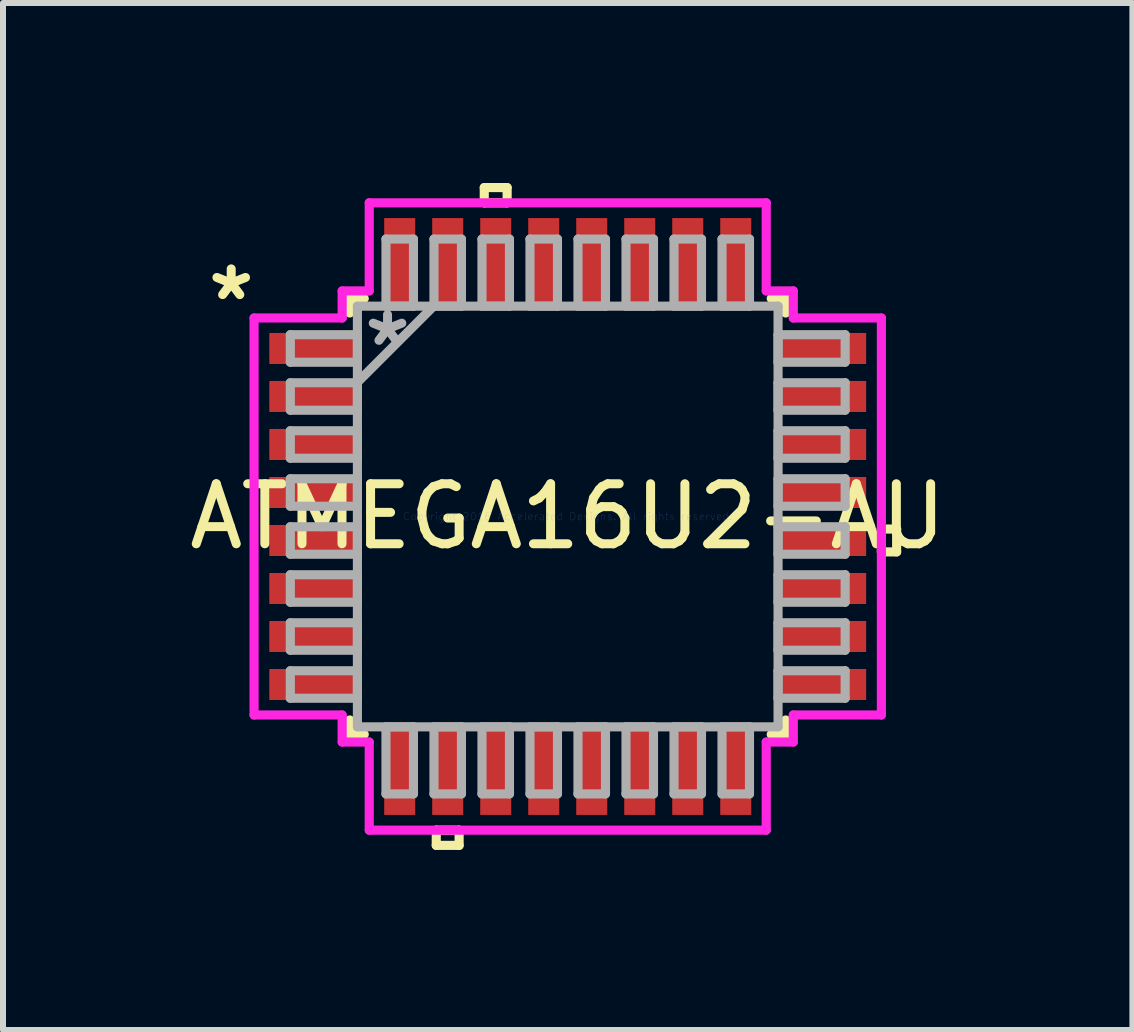
<source format=kicad_pcb>
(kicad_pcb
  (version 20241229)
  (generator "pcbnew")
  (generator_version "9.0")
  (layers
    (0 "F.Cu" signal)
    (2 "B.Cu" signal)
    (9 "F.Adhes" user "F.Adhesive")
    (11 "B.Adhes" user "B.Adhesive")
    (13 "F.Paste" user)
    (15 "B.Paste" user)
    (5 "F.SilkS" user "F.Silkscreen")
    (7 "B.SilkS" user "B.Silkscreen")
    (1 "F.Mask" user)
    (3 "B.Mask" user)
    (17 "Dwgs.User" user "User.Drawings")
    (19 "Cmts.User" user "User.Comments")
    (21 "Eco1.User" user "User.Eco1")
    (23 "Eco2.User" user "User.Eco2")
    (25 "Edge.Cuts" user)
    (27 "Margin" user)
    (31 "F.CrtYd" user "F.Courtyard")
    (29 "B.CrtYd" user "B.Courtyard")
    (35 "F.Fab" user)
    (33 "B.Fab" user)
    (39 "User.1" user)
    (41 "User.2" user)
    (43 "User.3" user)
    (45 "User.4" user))
  (footprint "ATMEGA16U2-AU"
    (layer "F.Cu")
    (at 6.411 5.557)
    (property "Reference" "ATMEGA16U2-AU" (at 0 0 0) (layer "F.SilkS") (effects (font (size 1 1) (thickness 0.15))))
    (attr through_hole)
    (fp_line (start -3.632 -3.632) (end -3.632 -3.391) (stroke (width 0.152) (type solid)) (layer "F.SilkS"))
    (fp_line (start -3.632 3.391) (end -3.632 3.632) (stroke (width 0.152) (type solid)) (layer "F.SilkS"))
    (fp_line (start -3.632 3.632) (end -3.391 3.632) (stroke (width 0.152) (type solid)) (layer "F.SilkS"))
    (fp_line (start -3.391 -3.632) (end -3.632 -3.632) (stroke (width 0.152) (type solid)) (layer "F.SilkS"))
    (fp_line (start -2.191 5.227) (end -2.191 5.481) (stroke (width 0.152) (type solid)) (layer "F.SilkS"))
    (fp_line (start -2.191 5.481) (end -1.81 5.481) (stroke (width 0.152) (type solid)) (layer "F.SilkS"))
    (fp_line (start -1.81 5.227) (end -2.191 5.227) (stroke (width 0.152) (type solid)) (layer "F.SilkS"))
    (fp_line (start -1.81 5.481) (end -1.81 5.227) (stroke (width 0.152) (type solid)) (layer "F.SilkS"))
    (fp_line (start -1.391 -5.481) (end -1.01 -5.481) (stroke (width 0.152) (type solid)) (layer "F.SilkS"))
    (fp_line (start -1.391 -5.227) (end -1.391 -5.481) (stroke (width 0.152) (type solid)) (layer "F.SilkS"))
    (fp_line (start -1.01 -5.481) (end -1.01 -5.227) (stroke (width 0.152) (type solid)) (layer "F.SilkS"))
    (fp_line (start -1.01 -5.227) (end -1.391 -5.227) (stroke (width 0.152) (type solid)) (layer "F.SilkS"))
    (fp_line (start 3.391 3.632) (end 3.632 3.632) (stroke (width 0.152) (type solid)) (layer "F.SilkS"))
    (fp_line (start 3.632 -3.632) (end 3.391 -3.632) (stroke (width 0.152) (type solid)) (layer "F.SilkS"))
    (fp_line (start 3.632 -3.391) (end 3.632 -3.632) (stroke (width 0.152) (type solid)) (layer "F.SilkS"))
    (fp_line (start 3.632 3.632) (end 3.632 3.391) (stroke (width 0.152) (type solid)) (layer "F.SilkS"))
    (fp_line (start 5.227 0.209) (end 5.481 0.209) (stroke (width 0.152) (type solid)) (layer "F.SilkS"))
    (fp_line (start 5.227 0.59) (end 5.227 0.209) (stroke (width 0.152) (type solid)) (layer "F.SilkS"))
    (fp_line (start 5.481 0.209) (end 5.481 0.59) (stroke (width 0.152) (type solid)) (layer "F.SilkS"))
    (fp_line (start 5.481 0.59) (end 5.227 0.59) (stroke (width 0.152) (type solid)) (layer "F.SilkS"))
    (fp_line (start -5.227 -3.308) (end -3.759 -3.308) (stroke (width 0.152) (type solid)) (layer "F.CrtYd"))
    (fp_line (start -5.227 3.308) (end -5.227 -3.308) (stroke (width 0.152) (type solid)) (layer "F.CrtYd"))
    (fp_line (start -3.759 -3.759) (end -3.308 -3.759) (stroke (width 0.152) (type solid)) (layer "F.CrtYd"))
    (fp_line (start -3.759 -3.308) (end -3.759 -3.759) (stroke (width 0.152) (type solid)) (layer "F.CrtYd"))
    (fp_line (start -3.759 3.308) (end -5.227 3.308) (stroke (width 0.152) (type solid)) (layer "F.CrtYd"))
    (fp_line (start -3.759 3.759) (end -3.759 3.308) (stroke (width 0.152) (type solid)) (layer "F.CrtYd"))
    (fp_line (start -3.308 -5.227) (end 3.308 -5.227) (stroke (width 0.152) (type solid)) (layer "F.CrtYd"))
    (fp_line (start -3.308 -3.759) (end -3.308 -5.227) (stroke (width 0.152) (type solid)) (layer "F.CrtYd"))
    (fp_line (start -3.308 3.759) (end -3.759 3.759) (stroke (width 0.152) (type solid)) (layer "F.CrtYd"))
    (fp_line (start -3.308 5.227) (end -3.308 3.759) (stroke (width 0.152) (type solid)) (layer "F.CrtYd"))
    (fp_line (start 3.308 -5.227) (end 3.308 -3.759) (stroke (width 0.152) (type solid)) (layer "F.CrtYd"))
    (fp_line (start 3.308 -3.759) (end 3.759 -3.759) (stroke (width 0.152) (type solid)) (layer "F.CrtYd"))
    (fp_line (start 3.308 3.759) (end 3.308 5.227) (stroke (width 0.152) (type solid)) (layer "F.CrtYd"))
    (fp_line (start 3.308 5.227) (end -3.308 5.227) (stroke (width 0.152) (type solid)) (layer "F.CrtYd"))
    (fp_line (start 3.759 -3.759) (end 3.759 -3.308) (stroke (width 0.152) (type solid)) (layer "F.CrtYd"))
    (fp_line (start 3.759 -3.308) (end 5.227 -3.308) (stroke (width 0.152) (type solid)) (layer "F.CrtYd"))
    (fp_line (start 3.759 3.308) (end 3.759 3.759) (stroke (width 0.152) (type solid)) (layer "F.CrtYd"))
    (fp_line (start 3.759 3.759) (end 3.308 3.759) (stroke (width 0.152) (type solid)) (layer "F.CrtYd"))
    (fp_line (start 5.227 -3.308) (end 5.227 3.308) (stroke (width 0.152) (type solid)) (layer "F.CrtYd"))
    (fp_line (start 5.227 3.308) (end 3.759 3.308) (stroke (width 0.152) (type solid)) (layer "F.CrtYd"))
    (fp_line (start -4.623 -3.029) (end -4.623 -2.571) (stroke (width 0.152) (type solid)) (layer "F.Fab"))
    (fp_line (start -4.623 -2.571) (end -3.505 -2.571) (stroke (width 0.152) (type solid)) (layer "F.Fab"))
    (fp_line (start -4.623 -2.229) (end -4.623 -1.771) (stroke (width 0.152) (type solid)) (layer "F.Fab"))
    (fp_line (start -4.623 -1.771) (end -3.505 -1.771) (stroke (width 0.152) (type solid)) (layer "F.Fab"))
    (fp_line (start -4.623 -1.429) (end -4.623 -0.971) (stroke (width 0.152) (type solid)) (layer "F.Fab"))
    (fp_line (start -4.623 -0.971) (end -3.505 -0.971) (stroke (width 0.152) (type solid)) (layer "F.Fab"))
    (fp_line (start -4.623 -0.629) (end -4.623 -0.171) (stroke (width 0.152) (type solid)) (layer "F.Fab"))
    (fp_line (start -4.623 -0.171) (end -3.505 -0.171) (stroke (width 0.152) (type solid)) (layer "F.Fab"))
    (fp_line (start -4.623 0.171) (end -4.623 0.629) (stroke (width 0.152) (type solid)) (layer "F.Fab"))
    (fp_line (start -4.623 0.629) (end -3.505 0.629) (stroke (width 0.152) (type solid)) (layer "F.Fab"))
    (fp_line (start -4.623 0.971) (end -4.623 1.429) (stroke (width 0.152) (type solid)) (layer "F.Fab"))
    (fp_line (start -4.623 1.429) (end -3.505 1.429) (stroke (width 0.152) (type solid)) (layer "F.Fab"))
    (fp_line (start -4.623 1.771) (end -4.623 2.229) (stroke (width 0.152) (type solid)) (layer "F.Fab"))
    (fp_line (start -4.623 2.229) (end -3.505 2.229) (stroke (width 0.152) (type solid)) (layer "F.Fab"))
    (fp_line (start -4.623 2.571) (end -4.623 3.029) (stroke (width 0.152) (type solid)) (layer "F.Fab"))
    (fp_line (start -4.623 3.029) (end -3.505 3.029) (stroke (width 0.152) (type solid)) (layer "F.Fab"))
    (fp_line (start -3.505 -3.505) (end -3.505 3.505) (stroke (width 0.152) (type solid)) (layer "F.Fab"))
    (fp_line (start -3.505 -3.029) (end -4.623 -3.029) (stroke (width 0.152) (type solid)) (layer "F.Fab"))
    (fp_line (start -3.505 -2.571) (end -3.505 -3.029) (stroke (width 0.152) (type solid)) (layer "F.Fab"))
    (fp_line (start -3.505 -2.235) (end -2.235 -3.505) (stroke (width 0.152) (type solid)) (layer "F.Fab"))
    (fp_line (start -3.505 -2.229) (end -4.623 -2.229) (stroke (width 0.152) (type solid)) (layer "F.Fab"))
    (fp_line (start -3.505 -1.771) (end -3.505 -2.229) (stroke (width 0.152) (type solid)) (layer "F.Fab"))
    (fp_line (start -3.505 -1.429) (end -4.623 -1.429) (stroke (width 0.152) (type solid)) (layer "F.Fab"))
    (fp_line (start -3.505 -0.971) (end -3.505 -1.429) (stroke (width 0.152) (type solid)) (layer "F.Fab"))
    (fp_line (start -3.505 -0.629) (end -4.623 -0.629) (stroke (width 0.152) (type solid)) (layer "F.Fab"))
    (fp_line (start -3.505 -0.171) (end -3.505 -0.629) (stroke (width 0.152) (type solid)) (layer "F.Fab"))
    (fp_line (start -3.505 0.171) (end -4.623 0.171) (stroke (width 0.152) (type solid)) (layer "F.Fab"))
    (fp_line (start -3.505 0.629) (end -3.505 0.171) (stroke (width 0.152) (type solid)) (layer "F.Fab"))
    (fp_line (start -3.505 0.971) (end -4.623 0.971) (stroke (width 0.152) (type solid)) (layer "F.Fab"))
    (fp_line (start -3.505 1.429) (end -3.505 0.971) (stroke (width 0.152) (type solid)) (layer "F.Fab"))
    (fp_line (start -3.505 1.771) (end -4.623 1.771) (stroke (width 0.152) (type solid)) (layer "F.Fab"))
    (fp_line (start -3.505 2.229) (end -3.505 1.771) (stroke (width 0.152) (type solid)) (layer "F.Fab"))
    (fp_line (start -3.505 2.571) (end -4.623 2.571) (stroke (width 0.152) (type solid)) (layer "F.Fab"))
    (fp_line (start -3.505 3.029) (end -3.505 2.571) (stroke (width 0.152) (type solid)) (layer "F.Fab"))
    (fp_line (start -3.505 3.505) (end 3.505 3.505) (stroke (width 0.152) (type solid)) (layer "F.Fab"))
    (fp_line (start -3.029 -4.623) (end -3.029 -3.505) (stroke (width 0.152) (type solid)) (layer "F.Fab"))
    (fp_line (start -3.029 -3.505) (end -2.571 -3.505) (stroke (width 0.152) (type solid)) (layer "F.Fab"))
    (fp_line (start -3.029 3.505) (end -3.029 4.623) (stroke (width 0.152) (type solid)) (layer "F.Fab"))
    (fp_line (start -3.029 4.623) (end -2.571 4.623) (stroke (width 0.152) (type solid)) (layer "F.Fab"))
    (fp_line (start -2.571 -4.623) (end -3.029 -4.623) (stroke (width 0.152) (type solid)) (layer "F.Fab"))
    (fp_line (start -2.571 -3.505) (end -2.571 -4.623) (stroke (width 0.152) (type solid)) (layer "F.Fab"))
    (fp_line (start -2.571 3.505) (end -3.029 3.505) (stroke (width 0.152) (type solid)) (layer "F.Fab"))
    (fp_line (start -2.571 4.623) (end -2.571 3.505) (stroke (width 0.152) (type solid)) (layer "F.Fab"))
    (fp_line (start -2.229 -4.623) (end -2.229 -3.505) (stroke (width 0.152) (type solid)) (layer "F.Fab"))
    (fp_line (start -2.229 -3.505) (end -1.771 -3.505) (stroke (width 0.152) (type solid)) (layer "F.Fab"))
    (fp_line (start -2.229 3.505) (end -2.229 4.623) (stroke (width 0.152) (type solid)) (layer "F.Fab"))
    (fp_line (start -2.229 4.623) (end -1.771 4.623) (stroke (width 0.152) (type solid)) (layer "F.Fab"))
    (fp_line (start -1.771 -4.623) (end -2.229 -4.623) (stroke (width 0.152) (type solid)) (layer "F.Fab"))
    (fp_line (start -1.771 -3.505) (end -1.771 -4.623) (stroke (width 0.152) (type solid)) (layer "F.Fab"))
    (fp_line (start -1.771 3.505) (end -2.229 3.505) (stroke (width 0.152) (type solid)) (layer "F.Fab"))
    (fp_line (start -1.771 4.623) (end -1.771 3.505) (stroke (width 0.152) (type solid)) (layer "F.Fab"))
    (fp_line (start -1.429 -4.623) (end -1.429 -3.505) (stroke (width 0.152) (type solid)) (layer "F.Fab"))
    (fp_line (start -1.429 -3.505) (end -0.971 -3.505) (stroke (width 0.152) (type solid)) (layer "F.Fab"))
    (fp_line (start -1.429 3.505) (end -1.429 4.623) (stroke (width 0.152) (type solid)) (layer "F.Fab"))
    (fp_line (start -1.429 4.623) (end -0.971 4.623) (stroke (width 0.152) (type solid)) (layer "F.Fab"))
    (fp_line (start -0.971 -4.623) (end -1.429 -4.623) (stroke (width 0.152) (type solid)) (layer "F.Fab"))
    (fp_line (start -0.971 -3.505) (end -0.971 -4.623) (stroke (width 0.152) (type solid)) (layer "F.Fab"))
    (fp_line (start -0.971 3.505) (end -1.429 3.505) (stroke (width 0.152) (type solid)) (layer "F.Fab"))
    (fp_line (start -0.971 4.623) (end -0.971 3.505) (stroke (width 0.152) (type solid)) (layer "F.Fab"))
    (fp_line (start -0.629 -4.623) (end -0.629 -3.505) (stroke (width 0.152) (type solid)) (layer "F.Fab"))
    (fp_line (start -0.629 -3.505) (end -0.171 -3.505) (stroke (width 0.152) (type solid)) (layer "F.Fab"))
    (fp_line (start -0.629 3.505) (end -0.629 4.623) (stroke (width 0.152) (type solid)) (layer "F.Fab"))
    (fp_line (start -0.629 4.623) (end -0.171 4.623) (stroke (width 0.152) (type solid)) (layer "F.Fab"))
    (fp_line (start -0.171 -4.623) (end -0.629 -4.623) (stroke (width 0.152) (type solid)) (layer "F.Fab"))
    (fp_line (start -0.171 -3.505) (end -0.171 -4.623) (stroke (width 0.152) (type solid)) (layer "F.Fab"))
    (fp_line (start -0.171 3.505) (end -0.629 3.505) (stroke (width 0.152) (type solid)) (layer "F.Fab"))
    (fp_line (start -0.171 4.623) (end -0.171 3.505) (stroke (width 0.152) (type solid)) (layer "F.Fab"))
    (fp_line (start 0.171 -4.623) (end 0.171 -3.505) (stroke (width 0.152) (type solid)) (layer "F.Fab"))
    (fp_line (start 0.171 -3.505) (end 0.629 -3.505) (stroke (width 0.152) (type solid)) (layer "F.Fab"))
    (fp_line (start 0.171 3.505) (end 0.171 4.623) (stroke (width 0.152) (type solid)) (layer "F.Fab"))
    (fp_line (start 0.171 4.623) (end 0.629 4.623) (stroke (width 0.152) (type solid)) (layer "F.Fab"))
    (fp_line (start 0.629 -4.623) (end 0.171 -4.623) (stroke (width 0.152) (type solid)) (layer "F.Fab"))
    (fp_line (start 0.629 -3.505) (end 0.629 -4.623) (stroke (width 0.152) (type solid)) (layer "F.Fab"))
    (fp_line (start 0.629 3.505) (end 0.171 3.505) (stroke (width 0.152) (type solid)) (layer "F.Fab"))
    (fp_line (start 0.629 4.623) (end 0.629 3.505) (stroke (width 0.152) (type solid)) (layer "F.Fab"))
    (fp_line (start 0.971 -4.623) (end 0.971 -3.505) (stroke (width 0.152) (type solid)) (layer "F.Fab"))
    (fp_line (start 0.971 -3.505) (end 1.429 -3.505) (stroke (width 0.152) (type solid)) (layer "F.Fab"))
    (fp_line (start 0.971 3.505) (end 0.971 4.623) (stroke (width 0.152) (type solid)) (layer "F.Fab"))
    (fp_line (start 0.971 4.623) (end 1.429 4.623) (stroke (width 0.152) (type solid)) (layer "F.Fab"))
    (fp_line (start 1.429 -4.623) (end 0.971 -4.623) (stroke (width 0.152) (type solid)) (layer "F.Fab"))
    (fp_line (start 1.429 -3.505) (end 1.429 -4.623) (stroke (width 0.152) (type solid)) (layer "F.Fab"))
    (fp_line (start 1.429 3.505) (end 0.971 3.505) (stroke (width 0.152) (type solid)) (layer "F.Fab"))
    (fp_line (start 1.429 4.623) (end 1.429 3.505) (stroke (width 0.152) (type solid)) (layer "F.Fab"))
    (fp_line (start 1.771 -4.623) (end 1.771 -3.505) (stroke (width 0.152) (type solid)) (layer "F.Fab"))
    (fp_line (start 1.771 -3.505) (end 2.229 -3.505) (stroke (width 0.152) (type solid)) (layer "F.Fab"))
    (fp_line (start 1.771 3.505) (end 1.771 4.623) (stroke (width 0.152) (type solid)) (layer "F.Fab"))
    (fp_line (start 1.771 4.623) (end 2.229 4.623) (stroke (width 0.152) (type solid)) (layer "F.Fab"))
    (fp_line (start 2.229 -4.623) (end 1.771 -4.623) (stroke (width 0.152) (type solid)) (layer "F.Fab"))
    (fp_line (start 2.229 -3.505) (end 2.229 -4.623) (stroke (width 0.152) (type solid)) (layer "F.Fab"))
    (fp_line (start 2.229 3.505) (end 1.771 3.505) (stroke (width 0.152) (type solid)) (layer "F.Fab"))
    (fp_line (start 2.229 4.623) (end 2.229 3.505) (stroke (width 0.152) (type solid)) (layer "F.Fab"))
    (fp_line (start 2.571 -4.623) (end 2.571 -3.505) (stroke (width 0.152) (type solid)) (layer "F.Fab"))
    (fp_line (start 2.571 -3.505) (end 3.029 -3.505) (stroke (width 0.152) (type solid)) (layer "F.Fab"))
    (fp_line (start 2.571 3.505) (end 2.571 4.623) (stroke (width 0.152) (type solid)) (layer "F.Fab"))
    (fp_line (start 2.571 4.623) (end 3.029 4.623) (stroke (width 0.152) (type solid)) (layer "F.Fab"))
    (fp_line (start 3.029 -4.623) (end 2.571 -4.623) (stroke (width 0.152) (type solid)) (layer "F.Fab"))
    (fp_line (start 3.029 -3.505) (end 3.029 -4.623) (stroke (width 0.152) (type solid)) (layer "F.Fab"))
    (fp_line (start 3.029 3.505) (end 2.571 3.505) (stroke (width 0.152) (type solid)) (layer "F.Fab"))
    (fp_line (start 3.029 4.623) (end 3.029 3.505) (stroke (width 0.152) (type solid)) (layer "F.Fab"))
    (fp_line (start 3.505 -3.505) (end -3.505 -3.505) (stroke (width 0.152) (type solid)) (layer "F.Fab"))
    (fp_line (start 3.505 -3.029) (end 3.505 -2.571) (stroke (width 0.152) (type solid)) (layer "F.Fab"))
    (fp_line (start 3.505 -2.571) (end 4.623 -2.571) (stroke (width 0.152) (type solid)) (layer "F.Fab"))
    (fp_line (start 3.505 -2.229) (end 3.505 -1.771) (stroke (width 0.152) (type solid)) (layer "F.Fab"))
    (fp_line (start 3.505 -1.771) (end 4.623 -1.771) (stroke (width 0.152) (type solid)) (layer "F.Fab"))
    (fp_line (start 3.505 -1.429) (end 3.505 -0.971) (stroke (width 0.152) (type solid)) (layer "F.Fab"))
    (fp_line (start 3.505 -0.971) (end 4.623 -0.971) (stroke (width 0.152) (type solid)) (layer "F.Fab"))
    (fp_line (start 3.505 -0.629) (end 3.505 -0.171) (stroke (width 0.152) (type solid)) (layer "F.Fab"))
    (fp_line (start 3.505 -0.171) (end 4.623 -0.171) (stroke (width 0.152) (type solid)) (layer "F.Fab"))
    (fp_line (start 3.505 0.171) (end 3.505 0.629) (stroke (width 0.152) (type solid)) (layer "F.Fab"))
    (fp_line (start 3.505 0.629) (end 4.623 0.629) (stroke (width 0.152) (type solid)) (layer "F.Fab"))
    (fp_line (start 3.505 0.971) (end 3.505 1.429) (stroke (width 0.152) (type solid)) (layer "F.Fab"))
    (fp_line (start 3.505 1.429) (end 4.623 1.429) (stroke (width 0.152) (type solid)) (layer "F.Fab"))
    (fp_line (start 3.505 1.771) (end 3.505 2.229) (stroke (width 0.152) (type solid)) (layer "F.Fab"))
    (fp_line (start 3.505 2.229) (end 4.623 2.229) (stroke (width 0.152) (type solid)) (layer "F.Fab"))
    (fp_line (start 3.505 2.571) (end 3.505 3.029) (stroke (width 0.152) (type solid)) (layer "F.Fab"))
    (fp_line (start 3.505 3.029) (end 4.623 3.029) (stroke (width 0.152) (type solid)) (layer "F.Fab"))
    (fp_line (start 3.505 3.505) (end 3.505 -3.505) (stroke (width 0.152) (type solid)) (layer "F.Fab"))
    (fp_line (start 4.623 -3.029) (end 3.505 -3.029) (stroke (width 0.152) (type solid)) (layer "F.Fab"))
    (fp_line (start 4.623 -2.571) (end 4.623 -3.029) (stroke (width 0.152) (type solid)) (layer "F.Fab"))
    (fp_line (start 4.623 -2.229) (end 3.505 -2.229) (stroke (width 0.152) (type solid)) (layer "F.Fab"))
    (fp_line (start 4.623 -1.771) (end 4.623 -2.229) (stroke (width 0.152) (type solid)) (layer "F.Fab"))
    (fp_line (start 4.623 -1.429) (end 3.505 -1.429) (stroke (width 0.152) (type solid)) (layer "F.Fab"))
    (fp_line (start 4.623 -0.971) (end 4.623 -1.429) (stroke (width 0.152) (type solid)) (layer "F.Fab"))
    (fp_line (start 4.623 -0.629) (end 3.505 -0.629) (stroke (width 0.152) (type solid)) (layer "F.Fab"))
    (fp_line (start 4.623 -0.171) (end 4.623 -0.629) (stroke (width 0.152) (type solid)) (layer "F.Fab"))
    (fp_line (start 4.623 0.171) (end 3.505 0.171) (stroke (width 0.152) (type solid)) (layer "F.Fab"))
    (fp_line (start 4.623 0.629) (end 4.623 0.171) (stroke (width 0.152) (type solid)) (layer "F.Fab"))
    (fp_line (start 4.623 0.971) (end 3.505 0.971) (stroke (width 0.152) (type solid)) (layer "F.Fab"))
    (fp_line (start 4.623 1.429) (end 4.623 0.971) (stroke (width 0.152) (type solid)) (layer "F.Fab"))
    (fp_line (start 4.623 1.771) (end 3.505 1.771) (stroke (width 0.152) (type solid)) (layer "F.Fab"))
    (fp_line (start 4.623 2.229) (end 4.623 1.771) (stroke (width 0.152) (type solid)) (layer "F.Fab"))
    (fp_line (start 4.623 2.571) (end 3.505 2.571) (stroke (width 0.152) (type solid)) (layer "F.Fab"))
    (fp_line (start 4.623 3.029) (end 4.623 2.571) (stroke (width 0.152) (type solid)) (layer "F.Fab"))
    (fp_text user "*" (at -5.608 -3.581 0) (layer "F.SilkS") (effects (font (size 1 1) (thickness 0.15))))
    (fp_text user "Copyright 2016 Accelerated Designs. All rights reserved." (at 0 0 0) (layer "Cmts.User") (effects (font (size 0.127 0.127) (thickness 0.002))))
    (fp_text user "*" (at -3.003 -2.819 0) (layer "F.Fab") (effects (font (size 1 1) (thickness 0.15))))
    (pad "1" smd rect (at -4.242 -2.8 90) (size 0.517 1.462) (layers "F.Cu" "F.Mask" "F.Paste"))
    (pad "2" smd rect (at -4.242 -2 90) (size 0.517 1.462) (layers "F.Cu" "F.Mask" "F.Paste"))
    (pad "3" smd rect (at -4.242 -1.2 90) (size 0.517 1.462) (layers "F.Cu" "F.Mask" "F.Paste"))
    (pad "4" smd rect (at -4.242 -0.4 90) (size 0.517 1.462) (layers "F.Cu" "F.Mask" "F.Paste"))
    (pad "5" smd rect (at -4.242 0.4 90) (size 0.517 1.462) (layers "F.Cu" "F.Mask" "F.Paste"))
    (pad "6" smd rect (at -4.242 1.2 90) (size 0.517 1.462) (layers "F.Cu" "F.Mask" "F.Paste"))
    (pad "7" smd rect (at -4.242 2 90) (size 0.517 1.462) (layers "F.Cu" "F.Mask" "F.Paste"))
    (pad "8" smd rect (at -4.242 2.8 90) (size 0.517 1.462) (layers "F.Cu" "F.Mask" "F.Paste"))
    (pad "9" smd rect (at -2.8 4.242) (size 0.517 1.462) (layers "F.Cu" "F.Mask" "F.Paste"))
    (pad "10" smd rect (at -2 4.242) (size 0.517 1.462) (layers "F.Cu" "F.Mask" "F.Paste"))
    (pad "11" smd rect (at -1.2 4.242) (size 0.517 1.462) (layers "F.Cu" "F.Mask" "F.Paste"))
    (pad "12" smd rect (at -0.4 4.242) (size 0.517 1.462) (layers "F.Cu" "F.Mask" "F.Paste"))
    (pad "13" smd rect (at 0.4 4.242) (size 0.517 1.462) (layers "F.Cu" "F.Mask" "F.Paste"))
    (pad "14" smd rect (at 1.2 4.242) (size 0.517 1.462) (layers "F.Cu" "F.Mask" "F.Paste"))
    (pad "15" smd rect (at 2 4.242) (size 0.517 1.462) (layers "F.Cu" "F.Mask" "F.Paste"))
    (pad "16" smd rect (at 2.8 4.242) (size 0.517 1.462) (layers "F.Cu" "F.Mask" "F.Paste"))
    (pad "17" smd rect (at 4.242 2.8 90) (size 0.517 1.462) (layers "F.Cu" "F.Mask" "F.Paste"))
    (pad "18" smd rect (at 4.242 2 90) (size 0.517 1.462) (layers "F.Cu" "F.Mask" "F.Paste"))
    (pad "19" smd rect (at 4.242 1.2 90) (size 0.517 1.462) (layers "F.Cu" "F.Mask" "F.Paste"))
    (pad "20" smd rect (at 4.242 0.4 90) (size 0.517 1.462) (layers "F.Cu" "F.Mask" "F.Paste"))
    (pad "21" smd rect (at 4.242 -0.4 90) (size 0.517 1.462) (layers "F.Cu" "F.Mask" "F.Paste"))
    (pad "22" smd rect (at 4.242 -1.2 90) (size 0.517 1.462) (layers "F.Cu" "F.Mask" "F.Paste"))
    (pad "23" smd rect (at 4.242 -2 90) (size 0.517 1.462) (layers "F.Cu" "F.Mask" "F.Paste"))
    (pad "24" smd rect (at 4.242 -2.8 90) (size 0.517 1.462) (layers "F.Cu" "F.Mask" "F.Paste"))
    (pad "25" smd rect (at 2.8 -4.242) (size 0.517 1.462) (layers "F.Cu" "F.Mask" "F.Paste"))
    (pad "26" smd rect (at 2 -4.242) (size 0.517 1.462) (layers "F.Cu" "F.Mask" "F.Paste"))
    (pad "27" smd rect (at 1.2 -4.242) (size 0.517 1.462) (layers "F.Cu" "F.Mask" "F.Paste"))
    (pad "28" smd rect (at 0.4 -4.242) (size 0.517 1.462) (layers "F.Cu" "F.Mask" "F.Paste"))
    (pad "29" smd rect (at -0.4 -4.242) (size 0.517 1.462) (layers "F.Cu" "F.Mask" "F.Paste"))
    (pad "30" smd rect (at -1.2 -4.242) (size 0.517 1.462) (layers "F.Cu" "F.Mask" "F.Paste"))
    (pad "31" smd rect (at -2 -4.242) (size 0.517 1.462) (layers "F.Cu" "F.Mask" "F.Paste"))
    (pad "32" smd rect (at -2.8 -4.242) (size 0.517 1.462) (layers "F.Cu" "F.Mask" "F.Paste")))
  (gr_rect
    (start -3 -3)
    (end 15.821 14.114)
    (stroke (width 0.1) (type default))
    (fill no)
    (layer "Edge.Cuts")))
</source>
